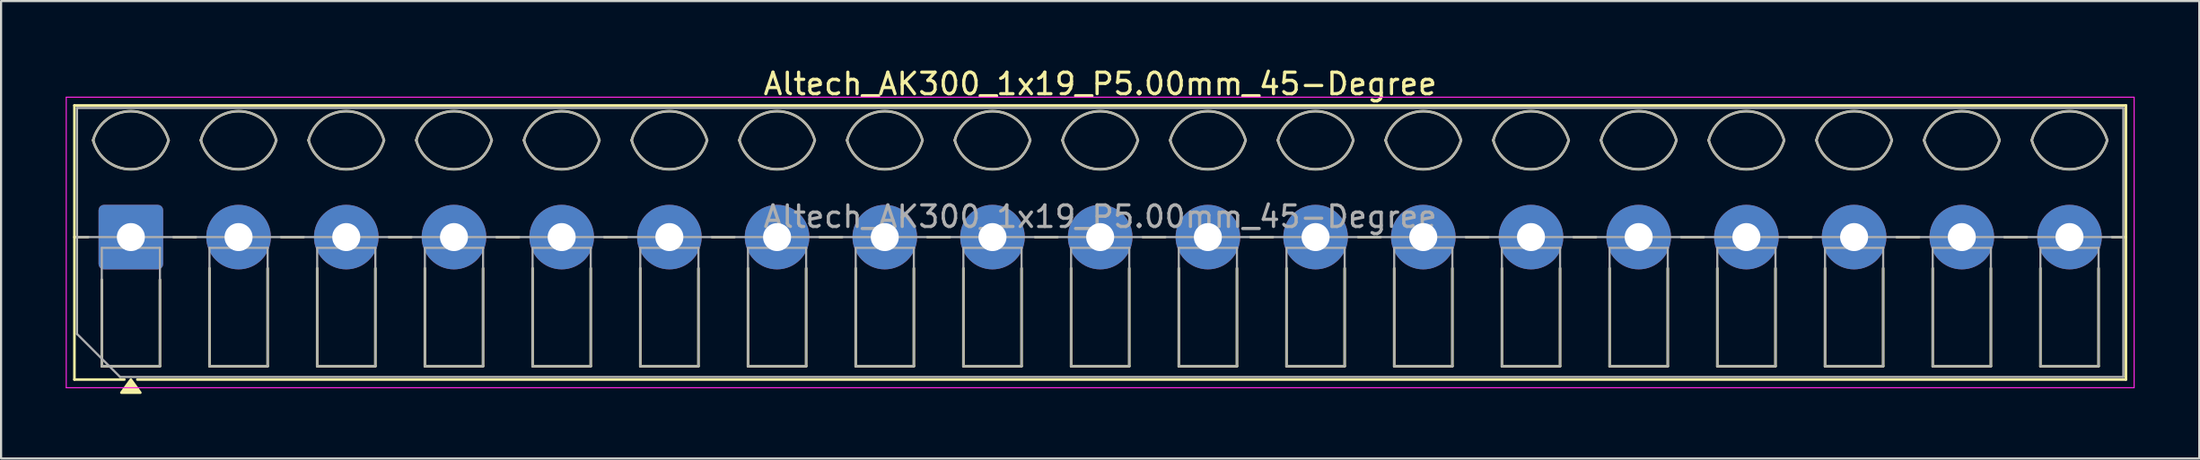
<source format=kicad_pcb>
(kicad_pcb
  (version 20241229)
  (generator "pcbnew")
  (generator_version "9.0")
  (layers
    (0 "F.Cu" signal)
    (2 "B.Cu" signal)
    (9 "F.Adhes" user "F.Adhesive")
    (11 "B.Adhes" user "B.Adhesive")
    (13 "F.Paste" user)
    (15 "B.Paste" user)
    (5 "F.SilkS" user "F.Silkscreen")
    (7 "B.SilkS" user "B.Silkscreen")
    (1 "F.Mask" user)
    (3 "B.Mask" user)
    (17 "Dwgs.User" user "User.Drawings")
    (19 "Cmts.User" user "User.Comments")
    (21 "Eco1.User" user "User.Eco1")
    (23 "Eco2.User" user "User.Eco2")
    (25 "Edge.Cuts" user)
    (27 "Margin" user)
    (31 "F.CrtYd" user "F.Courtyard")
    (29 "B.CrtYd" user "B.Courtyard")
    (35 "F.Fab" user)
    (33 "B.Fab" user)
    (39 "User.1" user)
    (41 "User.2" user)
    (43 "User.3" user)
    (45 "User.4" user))
  (footprint "Altech_AK300_1x19_P5.00mm_45-Degree"
    (layer "F.Cu")
    (at 3.025 7.968)
    (property "Reference" "Altech_AK300_1x19_P5.00mm_45-Degree" (at 45 -7.12 0) (layer "F.SilkS") (effects (font (size 1 1) (thickness 0.15))))
    (attr through_hole)
    (fp_line (start -2.62 -6.12) (end 92.62 -6.12) (stroke (width 0.12) (type solid)) (layer "F.SilkS"))
    (fp_line (start -2.62 0) (end -1.98 0) (stroke (width 0.12) (type solid)) (layer "F.SilkS"))
    (fp_line (start -2.62 6.62) (end -2.62 -6.12) (stroke (width 0.12) (type solid)) (layer "F.SilkS"))
    (fp_line (start -1.35 6) (end -1.35 1.98) (stroke (width 0.12) (type solid)) (layer "F.SilkS"))
    (fp_line (start -0.3 6.62) (end -2.62 6.62) (stroke (width 0.12) (type solid)) (layer "F.SilkS"))
    (fp_line (start 1.35 1.98) (end 1.35 6) (stroke (width 0.12) (type solid)) (layer "F.SilkS"))
    (fp_line (start 1.35 6) (end -1.35 6) (stroke (width 0.12) (type solid)) (layer "F.SilkS"))
    (fp_line (start 1.98 0) (end 3.02 0) (stroke (width 0.12) (type solid)) (layer "F.SilkS"))
    (fp_line (start 3.65 6) (end 3.65 1.448) (stroke (width 0.12) (type solid)) (layer "F.SilkS"))
    (fp_line (start 6.35 1.448) (end 6.35 6) (stroke (width 0.12) (type solid)) (layer "F.SilkS"))
    (fp_line (start 6.35 6) (end 3.65 6) (stroke (width 0.12) (type solid)) (layer "F.SilkS"))
    (fp_line (start 6.98 0) (end 8.02 0) (stroke (width 0.12) (type solid)) (layer "F.SilkS"))
    (fp_line (start 8.65 6) (end 8.65 1.448) (stroke (width 0.12) (type solid)) (layer "F.SilkS"))
    (fp_line (start 11.35 1.448) (end 11.35 6) (stroke (width 0.12) (type solid)) (layer "F.SilkS"))
    (fp_line (start 11.35 6) (end 8.65 6) (stroke (width 0.12) (type solid)) (layer "F.SilkS"))
    (fp_line (start 11.98 0) (end 13.02 0) (stroke (width 0.12) (type solid)) (layer "F.SilkS"))
    (fp_line (start 13.65 6) (end 13.65 1.448) (stroke (width 0.12) (type solid)) (layer "F.SilkS"))
    (fp_line (start 16.35 1.448) (end 16.35 6) (stroke (width 0.12) (type solid)) (layer "F.SilkS"))
    (fp_line (start 16.35 6) (end 13.65 6) (stroke (width 0.12) (type solid)) (layer "F.SilkS"))
    (fp_line (start 16.98 0) (end 18.02 0) (stroke (width 0.12) (type solid)) (layer "F.SilkS"))
    (fp_line (start 18.65 6) (end 18.65 1.448) (stroke (width 0.12) (type solid)) (layer "F.SilkS"))
    (fp_line (start 21.35 1.448) (end 21.35 6) (stroke (width 0.12) (type solid)) (layer "F.SilkS"))
    (fp_line (start 21.35 6) (end 18.65 6) (stroke (width 0.12) (type solid)) (layer "F.SilkS"))
    (fp_line (start 21.98 0) (end 23.02 0) (stroke (width 0.12) (type solid)) (layer "F.SilkS"))
    (fp_line (start 23.65 6) (end 23.65 1.448) (stroke (width 0.12) (type solid)) (layer "F.SilkS"))
    (fp_line (start 26.35 1.448) (end 26.35 6) (stroke (width 0.12) (type solid)) (layer "F.SilkS"))
    (fp_line (start 26.35 6) (end 23.65 6) (stroke (width 0.12) (type solid)) (layer "F.SilkS"))
    (fp_line (start 26.98 0) (end 28.02 0) (stroke (width 0.12) (type solid)) (layer "F.SilkS"))
    (fp_line (start 28.65 6) (end 28.65 1.448) (stroke (width 0.12) (type solid)) (layer "F.SilkS"))
    (fp_line (start 31.35 1.448) (end 31.35 6) (stroke (width 0.12) (type solid)) (layer "F.SilkS"))
    (fp_line (start 31.35 6) (end 28.65 6) (stroke (width 0.12) (type solid)) (layer "F.SilkS"))
    (fp_line (start 31.98 0) (end 33.02 0) (stroke (width 0.12) (type solid)) (layer "F.SilkS"))
    (fp_line (start 33.65 6) (end 33.65 1.448) (stroke (width 0.12) (type solid)) (layer "F.SilkS"))
    (fp_line (start 36.35 1.448) (end 36.35 6) (stroke (width 0.12) (type solid)) (layer "F.SilkS"))
    (fp_line (start 36.35 6) (end 33.65 6) (stroke (width 0.12) (type solid)) (layer "F.SilkS"))
    (fp_line (start 36.98 0) (end 38.02 0) (stroke (width 0.12) (type solid)) (layer "F.SilkS"))
    (fp_line (start 38.65 6) (end 38.65 1.448) (stroke (width 0.12) (type solid)) (layer "F.SilkS"))
    (fp_line (start 41.35 1.448) (end 41.35 6) (stroke (width 0.12) (type solid)) (layer "F.SilkS"))
    (fp_line (start 41.35 6) (end 38.65 6) (stroke (width 0.12) (type solid)) (layer "F.SilkS"))
    (fp_line (start 41.98 0) (end 43.02 0) (stroke (width 0.12) (type solid)) (layer "F.SilkS"))
    (fp_line (start 43.65 6) (end 43.65 1.448) (stroke (width 0.12) (type solid)) (layer "F.SilkS"))
    (fp_line (start 46.35 1.448) (end 46.35 6) (stroke (width 0.12) (type solid)) (layer "F.SilkS"))
    (fp_line (start 46.35 6) (end 43.65 6) (stroke (width 0.12) (type solid)) (layer "F.SilkS"))
    (fp_line (start 46.98 0) (end 48.02 0) (stroke (width 0.12) (type solid)) (layer "F.SilkS"))
    (fp_line (start 48.65 6) (end 48.65 1.448) (stroke (width 0.12) (type solid)) (layer "F.SilkS"))
    (fp_line (start 51.35 1.448) (end 51.35 6) (stroke (width 0.12) (type solid)) (layer "F.SilkS"))
    (fp_line (start 51.35 6) (end 48.65 6) (stroke (width 0.12) (type solid)) (layer "F.SilkS"))
    (fp_line (start 51.98 0) (end 53.02 0) (stroke (width 0.12) (type solid)) (layer "F.SilkS"))
    (fp_line (start 53.65 6) (end 53.65 1.448) (stroke (width 0.12) (type solid)) (layer "F.SilkS"))
    (fp_line (start 56.35 1.448) (end 56.35 6) (stroke (width 0.12) (type solid)) (layer "F.SilkS"))
    (fp_line (start 56.35 6) (end 53.65 6) (stroke (width 0.12) (type solid)) (layer "F.SilkS"))
    (fp_line (start 56.98 0) (end 58.02 0) (stroke (width 0.12) (type solid)) (layer "F.SilkS"))
    (fp_line (start 58.65 6) (end 58.65 1.448) (stroke (width 0.12) (type solid)) (layer "F.SilkS"))
    (fp_line (start 61.35 1.448) (end 61.35 6) (stroke (width 0.12) (type solid)) (layer "F.SilkS"))
    (fp_line (start 61.35 6) (end 58.65 6) (stroke (width 0.12) (type solid)) (layer "F.SilkS"))
    (fp_line (start 61.98 0) (end 63.02 0) (stroke (width 0.12) (type solid)) (layer "F.SilkS"))
    (fp_line (start 63.65 6) (end 63.65 1.448) (stroke (width 0.12) (type solid)) (layer "F.SilkS"))
    (fp_line (start 66.35 1.448) (end 66.35 6) (stroke (width 0.12) (type solid)) (layer "F.SilkS"))
    (fp_line (start 66.35 6) (end 63.65 6) (stroke (width 0.12) (type solid)) (layer "F.SilkS"))
    (fp_line (start 66.98 0) (end 68.02 0) (stroke (width 0.12) (type solid)) (layer "F.SilkS"))
    (fp_line (start 68.65 6) (end 68.65 1.448) (stroke (width 0.12) (type solid)) (layer "F.SilkS"))
    (fp_line (start 71.35 1.448) (end 71.35 6) (stroke (width 0.12) (type solid)) (layer "F.SilkS"))
    (fp_line (start 71.35 6) (end 68.65 6) (stroke (width 0.12) (type solid)) (layer "F.SilkS"))
    (fp_line (start 71.98 0) (end 73.02 0) (stroke (width 0.12) (type solid)) (layer "F.SilkS"))
    (fp_line (start 73.65 6) (end 73.65 1.448) (stroke (width 0.12) (type solid)) (layer "F.SilkS"))
    (fp_line (start 76.35 1.448) (end 76.35 6) (stroke (width 0.12) (type solid)) (layer "F.SilkS"))
    (fp_line (start 76.35 6) (end 73.65 6) (stroke (width 0.12) (type solid)) (layer "F.SilkS"))
    (fp_line (start 76.98 0) (end 78.02 0) (stroke (width 0.12) (type solid)) (layer "F.SilkS"))
    (fp_line (start 78.65 6) (end 78.65 1.448) (stroke (width 0.12) (type solid)) (layer "F.SilkS"))
    (fp_line (start 81.35 1.448) (end 81.35 6) (stroke (width 0.12) (type solid)) (layer "F.SilkS"))
    (fp_line (start 81.35 6) (end 78.65 6) (stroke (width 0.12) (type solid)) (layer "F.SilkS"))
    (fp_line (start 81.98 0) (end 83.02 0) (stroke (width 0.12) (type solid)) (layer "F.SilkS"))
    (fp_line (start 83.65 6) (end 83.65 1.448) (stroke (width 0.12) (type solid)) (layer "F.SilkS"))
    (fp_line (start 86.35 1.448) (end 86.35 6) (stroke (width 0.12) (type solid)) (layer "F.SilkS"))
    (fp_line (start 86.35 6) (end 83.65 6) (stroke (width 0.12) (type solid)) (layer "F.SilkS"))
    (fp_line (start 86.98 0) (end 88.02 0) (stroke (width 0.12) (type solid)) (layer "F.SilkS"))
    (fp_line (start 88.65 6) (end 88.65 1.448) (stroke (width 0.12) (type solid)) (layer "F.SilkS"))
    (fp_line (start 91.35 1.448) (end 91.35 6) (stroke (width 0.12) (type solid)) (layer "F.SilkS"))
    (fp_line (start 91.35 6) (end 88.65 6) (stroke (width 0.12) (type solid)) (layer "F.SilkS"))
    (fp_line (start 91.98 0) (end 92.62 0) (stroke (width 0.12) (type solid)) (layer "F.SilkS"))
    (fp_line (start 92.62 -6.12) (end 92.62 6.62) (stroke (width 0.12) (type solid)) (layer "F.SilkS"))
    (fp_line (start 92.62 6.62) (end 0.3 6.62) (stroke (width 0.12) (type solid)) (layer "F.SilkS"))
    (fp_arc (start -1.75 -4.5) (mid 0 -5.85) (end 1.75 -4.5) (stroke (width 0.12) (type solid)) (layer "F.SilkS"))
    (fp_arc (start 1.75 -4.5) (mid 0 -3.15) (end -1.75 -4.5) (stroke (width 0.12) (type solid)) (layer "F.SilkS"))
    (fp_arc (start 3.25 -4.5) (mid 5 -5.85) (end 6.75 -4.5) (stroke (width 0.12) (type solid)) (layer "F.SilkS"))
    (fp_arc (start 6.75 -4.5) (mid 5 -3.15) (end 3.25 -4.5) (stroke (width 0.12) (type solid)) (layer "F.SilkS"))
    (fp_arc (start 8.25 -4.5) (mid 10 -5.85) (end 11.75 -4.5) (stroke (width 0.12) (type solid)) (layer "F.SilkS"))
    (fp_arc (start 11.75 -4.5) (mid 10 -3.15) (end 8.25 -4.5) (stroke (width 0.12) (type solid)) (layer "F.SilkS"))
    (fp_arc (start 13.25 -4.5) (mid 15 -5.85) (end 16.75 -4.5) (stroke (width 0.12) (type solid)) (layer "F.SilkS"))
    (fp_arc (start 16.75 -4.5) (mid 15 -3.15) (end 13.25 -4.5) (stroke (width 0.12) (type solid)) (layer "F.SilkS"))
    (fp_arc (start 18.25 -4.5) (mid 20 -5.85) (end 21.75 -4.5) (stroke (width 0.12) (type solid)) (layer "F.SilkS"))
    (fp_arc (start 21.75 -4.5) (mid 20 -3.15) (end 18.25 -4.5) (stroke (width 0.12) (type solid)) (layer "F.SilkS"))
    (fp_arc (start 23.25 -4.5) (mid 25 -5.85) (end 26.75 -4.5) (stroke (width 0.12) (type solid)) (layer "F.SilkS"))
    (fp_arc (start 26.75 -4.5) (mid 25 -3.15) (end 23.25 -4.5) (stroke (width 0.12) (type solid)) (layer "F.SilkS"))
    (fp_arc (start 28.25 -4.5) (mid 30 -5.85) (end 31.75 -4.5) (stroke (width 0.12) (type solid)) (layer "F.SilkS"))
    (fp_arc (start 31.75 -4.5) (mid 30 -3.15) (end 28.25 -4.5) (stroke (width 0.12) (type solid)) (layer "F.SilkS"))
    (fp_arc (start 33.25 -4.5) (mid 35 -5.85) (end 36.75 -4.5) (stroke (width 0.12) (type solid)) (layer "F.SilkS"))
    (fp_arc (start 36.75 -4.5) (mid 35 -3.15) (end 33.25 -4.5) (stroke (width 0.12) (type solid)) (layer "F.SilkS"))
    (fp_arc (start 38.25 -4.5) (mid 40 -5.85) (end 41.75 -4.5) (stroke (width 0.12) (type solid)) (layer "F.SilkS"))
    (fp_arc (start 41.75 -4.5) (mid 40 -3.15) (end 38.25 -4.5) (stroke (width 0.12) (type solid)) (layer "F.SilkS"))
    (fp_arc (start 43.25 -4.5) (mid 45 -5.85) (end 46.75 -4.5) (stroke (width 0.12) (type solid)) (layer "F.SilkS"))
    (fp_arc (start 46.75 -4.5) (mid 45 -3.15) (end 43.25 -4.5) (stroke (width 0.12) (type solid)) (layer "F.SilkS"))
    (fp_arc (start 48.25 -4.5) (mid 50 -5.85) (end 51.75 -4.5) (stroke (width 0.12) (type solid)) (layer "F.SilkS"))
    (fp_arc (start 51.75 -4.5) (mid 50 -3.15) (end 48.25 -4.5) (stroke (width 0.12) (type solid)) (layer "F.SilkS"))
    (fp_arc (start 53.25 -4.5) (mid 55 -5.85) (end 56.75 -4.5) (stroke (width 0.12) (type solid)) (layer "F.SilkS"))
    (fp_arc (start 56.75 -4.5) (mid 55 -3.15) (end 53.25 -4.5) (stroke (width 0.12) (type solid)) (layer "F.SilkS"))
    (fp_arc (start 58.25 -4.5) (mid 60 -5.85) (end 61.75 -4.5) (stroke (width 0.12) (type solid)) (layer "F.SilkS"))
    (fp_arc (start 61.75 -4.5) (mid 60 -3.15) (end 58.25 -4.5) (stroke (width 0.12) (type solid)) (layer "F.SilkS"))
    (fp_arc (start 63.25 -4.5) (mid 65 -5.85) (end 66.75 -4.5) (stroke (width 0.12) (type solid)) (layer "F.SilkS"))
    (fp_arc (start 66.75 -4.5) (mid 65 -3.15) (end 63.25 -4.5) (stroke (width 0.12) (type solid)) (layer "F.SilkS"))
    (fp_arc (start 68.25 -4.5) (mid 70 -5.85) (end 71.75 -4.5) (stroke (width 0.12) (type solid)) (layer "F.SilkS"))
    (fp_arc (start 71.75 -4.5) (mid 70 -3.15) (end 68.25 -4.5) (stroke (width 0.12) (type solid)) (layer "F.SilkS"))
    (fp_arc (start 73.25 -4.5) (mid 75 -5.85) (end 76.75 -4.5) (stroke (width 0.12) (type solid)) (layer "F.SilkS"))
    (fp_arc (start 76.75 -4.5) (mid 75 -3.15) (end 73.25 -4.5) (stroke (width 0.12) (type solid)) (layer "F.SilkS"))
    (fp_arc (start 78.25 -4.5) (mid 80 -5.85) (end 81.75 -4.5) (stroke (width 0.12) (type solid)) (layer "F.SilkS"))
    (fp_arc (start 81.75 -4.5) (mid 80 -3.15) (end 78.25 -4.5) (stroke (width 0.12) (type solid)) (layer "F.SilkS"))
    (fp_arc (start 83.25 -4.5) (mid 85 -5.85) (end 86.75 -4.5) (stroke (width 0.12) (type solid)) (layer "F.SilkS"))
    (fp_arc (start 86.75 -4.5) (mid 85 -3.15) (end 83.25 -4.5) (stroke (width 0.12) (type solid)) (layer "F.SilkS"))
    (fp_arc (start 88.25 -4.5) (mid 90 -5.85) (end 91.75 -4.5) (stroke (width 0.12) (type solid)) (layer "F.SilkS"))
    (fp_arc (start 91.75 -4.5) (mid 90 -3.15) (end 88.25 -4.5) (stroke (width 0.12) (type solid)) (layer "F.SilkS"))
    (fp_poly (pts (xy 0 6.62) (xy 0.44 7.23) (xy -0.44 7.23)) (stroke (width 0.12) (type solid)) (fill yes) (layer "F.SilkS"))
    (fp_line (start -3 -6.5) (end -3 7) (stroke (width 0.05) (type solid)) (layer "F.CrtYd"))
    (fp_line (start -3 7) (end 93 7) (stroke (width 0.05) (type solid)) (layer "F.CrtYd"))
    (fp_line (start 93 -6.5) (end -3 -6.5) (stroke (width 0.05) (type solid)) (layer "F.CrtYd"))
    (fp_line (start 93 7) (end 93 -6.5) (stroke (width 0.05) (type solid)) (layer "F.CrtYd"))
    (fp_line (start -2.5 -6) (end 92.5 -6) (stroke (width 0.1) (type solid)) (layer "F.Fab"))
    (fp_line (start -2.5 0) (end 92.5 0) (stroke (width 0.1) (type solid)) (layer "F.Fab"))
    (fp_line (start -2.5 4.5) (end -2.5 -6) (stroke (width 0.1) (type solid)) (layer "F.Fab"))
    (fp_line (start -1.35 0.5) (end -1.35 6) (stroke (width 0.1) (type solid)) (layer "F.Fab"))
    (fp_line (start -1.35 6) (end 1.35 6) (stroke (width 0.1) (type solid)) (layer "F.Fab"))
    (fp_line (start -0.5 6.5) (end -2.5 4.5) (stroke (width 0.1) (type solid)) (layer "F.Fab"))
    (fp_line (start 1.35 0.5) (end -1.35 0.5) (stroke (width 0.1) (type solid)) (layer "F.Fab"))
    (fp_line (start 1.35 6) (end 1.35 0.5) (stroke (width 0.1) (type solid)) (layer "F.Fab"))
    (fp_line (start 3.65 0.5) (end 3.65 6) (stroke (width 0.1) (type solid)) (layer "F.Fab"))
    (fp_line (start 3.65 6) (end 6.35 6) (stroke (width 0.1) (type solid)) (layer "F.Fab"))
    (fp_line (start 6.35 0.5) (end 3.65 0.5) (stroke (width 0.1) (type solid)) (layer "F.Fab"))
    (fp_line (start 6.35 6) (end 6.35 0.5) (stroke (width 0.1) (type solid)) (layer "F.Fab"))
    (fp_line (start 8.65 0.5) (end 8.65 6) (stroke (width 0.1) (type solid)) (layer "F.Fab"))
    (fp_line (start 8.65 6) (end 11.351 6) (stroke (width 0.1) (type solid)) (layer "F.Fab"))
    (fp_line (start 11.351 0.5) (end 8.65 0.5) (stroke (width 0.1) (type solid)) (layer "F.Fab"))
    (fp_line (start 11.351 6) (end 11.351 0.5) (stroke (width 0.1) (type solid)) (layer "F.Fab"))
    (fp_line (start 13.65 0.5) (end 13.65 6) (stroke (width 0.1) (type solid)) (layer "F.Fab"))
    (fp_line (start 13.65 6) (end 16.351 6) (stroke (width 0.1) (type solid)) (layer "F.Fab"))
    (fp_line (start 16.351 0.5) (end 13.65 0.5) (stroke (width 0.1) (type solid)) (layer "F.Fab"))
    (fp_line (start 16.351 6) (end 16.351 0.5) (stroke (width 0.1) (type solid)) (layer "F.Fab"))
    (fp_line (start 18.65 0.5) (end 18.65 6) (stroke (width 0.1) (type solid)) (layer "F.Fab"))
    (fp_line (start 18.65 6) (end 21.35 6) (stroke (width 0.1) (type solid)) (layer "F.Fab"))
    (fp_line (start 21.35 0.5) (end 18.65 0.5) (stroke (width 0.1) (type solid)) (layer "F.Fab"))
    (fp_line (start 21.35 6) (end 21.35 0.5) (stroke (width 0.1) (type solid)) (layer "F.Fab"))
    (fp_line (start 23.65 0.5) (end 23.65 6) (stroke (width 0.1) (type solid)) (layer "F.Fab"))
    (fp_line (start 23.65 6) (end 26.35 6) (stroke (width 0.1) (type solid)) (layer "F.Fab"))
    (fp_line (start 26.35 0.5) (end 23.65 0.5) (stroke (width 0.1) (type solid)) (layer "F.Fab"))
    (fp_line (start 26.35 6) (end 26.35 0.5) (stroke (width 0.1) (type solid)) (layer "F.Fab"))
    (fp_line (start 28.65 0.5) (end 28.65 6) (stroke (width 0.1) (type solid)) (layer "F.Fab"))
    (fp_line (start 28.65 6) (end 31.35 6) (stroke (width 0.1) (type solid)) (layer "F.Fab"))
    (fp_line (start 31.35 0.5) (end 28.65 0.5) (stroke (width 0.1) (type solid)) (layer "F.Fab"))
    (fp_line (start 31.35 6) (end 31.35 0.5) (stroke (width 0.1) (type solid)) (layer "F.Fab"))
    (fp_line (start 33.65 0.5) (end 33.65 6) (stroke (width 0.1) (type solid)) (layer "F.Fab"))
    (fp_line (start 33.65 6) (end 36.35 6) (stroke (width 0.1) (type solid)) (layer "F.Fab"))
    (fp_line (start 36.35 0.5) (end 33.65 0.5) (stroke (width 0.1) (type solid)) (layer "F.Fab"))
    (fp_line (start 36.35 6) (end 36.35 0.5) (stroke (width 0.1) (type solid)) (layer "F.Fab"))
    (fp_line (start 38.65 0.5) (end 38.65 6) (stroke (width 0.1) (type solid)) (layer "F.Fab"))
    (fp_line (start 38.65 6) (end 41.35 6) (stroke (width 0.1) (type solid)) (layer "F.Fab"))
    (fp_line (start 41.35 0.5) (end 38.65 0.5) (stroke (width 0.1) (type solid)) (layer "F.Fab"))
    (fp_line (start 41.35 6) (end 41.35 0.5) (stroke (width 0.1) (type solid)) (layer "F.Fab"))
    (fp_line (start 43.65 0.5) (end 43.65 6) (stroke (width 0.1) (type solid)) (layer "F.Fab"))
    (fp_line (start 43.65 6) (end 46.35 6) (stroke (width 0.1) (type solid)) (layer "F.Fab"))
    (fp_line (start 46.35 0.5) (end 43.65 0.5) (stroke (width 0.1) (type solid)) (layer "F.Fab"))
    (fp_line (start 46.35 6) (end 46.35 0.5) (stroke (width 0.1) (type solid)) (layer "F.Fab"))
    (fp_line (start 48.65 0.5) (end 48.65 6) (stroke (width 0.1) (type solid)) (layer "F.Fab"))
    (fp_line (start 48.65 6) (end 51.35 6) (stroke (width 0.1) (type solid)) (layer "F.Fab"))
    (fp_line (start 51.35 0.5) (end 48.65 0.5) (stroke (width 0.1) (type solid)) (layer "F.Fab"))
    (fp_line (start 51.35 6) (end 51.35 0.5) (stroke (width 0.1) (type solid)) (layer "F.Fab"))
    (fp_line (start 53.65 0.5) (end 53.65 6) (stroke (width 0.1) (type solid)) (layer "F.Fab"))
    (fp_line (start 53.65 6) (end 56.35 6) (stroke (width 0.1) (type solid)) (layer "F.Fab"))
    (fp_line (start 56.35 0.5) (end 53.65 0.5) (stroke (width 0.1) (type solid)) (layer "F.Fab"))
    (fp_line (start 56.35 6) (end 56.35 0.5) (stroke (width 0.1) (type solid)) (layer "F.Fab"))
    (fp_line (start 58.65 0.5) (end 58.65 6) (stroke (width 0.1) (type solid)) (layer "F.Fab"))
    (fp_line (start 58.65 6) (end 61.35 6) (stroke (width 0.1) (type solid)) (layer "F.Fab"))
    (fp_line (start 61.35 0.5) (end 58.65 0.5) (stroke (width 0.1) (type solid)) (layer "F.Fab"))
    (fp_line (start 61.35 6) (end 61.35 0.5) (stroke (width 0.1) (type solid)) (layer "F.Fab"))
    (fp_line (start 63.65 0.5) (end 63.65 6) (stroke (width 0.1) (type solid)) (layer "F.Fab"))
    (fp_line (start 63.65 6) (end 66.35 6) (stroke (width 0.1) (type solid)) (layer "F.Fab"))
    (fp_line (start 66.35 0.5) (end 63.65 0.5) (stroke (width 0.1) (type solid)) (layer "F.Fab"))
    (fp_line (start 66.35 6) (end 66.35 0.5) (stroke (width 0.1) (type solid)) (layer "F.Fab"))
    (fp_line (start 68.65 0.5) (end 68.65 6) (stroke (width 0.1) (type solid)) (layer "F.Fab"))
    (fp_line (start 68.65 6) (end 71.35 6) (stroke (width 0.1) (type solid)) (layer "F.Fab"))
    (fp_line (start 71.35 0.5) (end 68.65 0.5) (stroke (width 0.1) (type solid)) (layer "F.Fab"))
    (fp_line (start 71.35 6) (end 71.35 0.5) (stroke (width 0.1) (type solid)) (layer "F.Fab"))
    (fp_line (start 73.65 0.5) (end 73.65 6) (stroke (width 0.1) (type solid)) (layer "F.Fab"))
    (fp_line (start 73.65 6) (end 76.35 6) (stroke (width 0.1) (type solid)) (layer "F.Fab"))
    (fp_line (start 76.35 0.5) (end 73.65 0.5) (stroke (width 0.1) (type solid)) (layer "F.Fab"))
    (fp_line (start 76.35 6) (end 76.35 0.5) (stroke (width 0.1) (type solid)) (layer "F.Fab"))
    (fp_line (start 78.65 0.5) (end 78.65 6) (stroke (width 0.1) (type solid)) (layer "F.Fab"))
    (fp_line (start 78.65 6) (end 81.35 6) (stroke (width 0.1) (type solid)) (layer "F.Fab"))
    (fp_line (start 81.35 0.5) (end 78.65 0.5) (stroke (width 0.1) (type solid)) (layer "F.Fab"))
    (fp_line (start 81.35 6) (end 81.35 0.5) (stroke (width 0.1) (type solid)) (layer "F.Fab"))
    (fp_line (start 83.65 0.5) (end 83.65 6) (stroke (width 0.1) (type solid)) (layer "F.Fab"))
    (fp_line (start 83.65 6) (end 86.35 6) (stroke (width 0.1) (type solid)) (layer "F.Fab"))
    (fp_line (start 86.35 0.5) (end 83.65 0.5) (stroke (width 0.1) (type solid)) (layer "F.Fab"))
    (fp_line (start 86.35 6) (end 86.35 0.5) (stroke (width 0.1) (type solid)) (layer "F.Fab"))
    (fp_line (start 88.65 0.5) (end 88.65 6) (stroke (width 0.1) (type solid)) (layer "F.Fab"))
    (fp_line (start 88.65 6) (end 91.35 6) (stroke (width 0.1) (type solid)) (layer "F.Fab"))
    (fp_line (start 91.35 0.5) (end 88.65 0.5) (stroke (width 0.1) (type solid)) (layer "F.Fab"))
    (fp_line (start 91.35 6) (end 91.35 0.5) (stroke (width 0.1) (type solid)) (layer "F.Fab"))
    (fp_line (start 92.5 -6) (end 92.5 6.5) (stroke (width 0.1) (type solid)) (layer "F.Fab"))
    (fp_line (start 92.5 6.5) (end -0.5 6.5) (stroke (width 0.1) (type solid)) (layer "F.Fab"))
    (fp_arc (start -1.75 -4.5) (mid 0 -5.85) (end 1.75 -4.5) (stroke (width 0.1) (type solid)) (layer "F.Fab"))
    (fp_arc (start 1.75 -4.5) (mid 0 -3.15) (end -1.75 -4.5) (stroke (width 0.1) (type solid)) (layer "F.Fab"))
    (fp_arc (start 3.25 -4.5) (mid 5 -5.85) (end 6.75 -4.5) (stroke (width 0.1) (type solid)) (layer "F.Fab"))
    (fp_arc (start 6.75 -4.5) (mid 5 -3.15) (end 3.25 -4.5) (stroke (width 0.1) (type solid)) (layer "F.Fab"))
    (fp_arc (start 8.25 -4.5) (mid 10 -5.85) (end 11.75 -4.5) (stroke (width 0.1) (type solid)) (layer "F.Fab"))
    (fp_arc (start 11.75 -4.5) (mid 10 -3.15) (end 8.25 -4.5) (stroke (width 0.1) (type solid)) (layer "F.Fab"))
    (fp_arc (start 13.25 -4.5) (mid 15 -5.85) (end 16.75 -4.5) (stroke (width 0.1) (type solid)) (layer "F.Fab"))
    (fp_arc (start 16.75 -4.5) (mid 15 -3.15) (end 13.25 -4.5) (stroke (width 0.1) (type solid)) (layer "F.Fab"))
    (fp_arc (start 18.25 -4.5) (mid 20 -5.85) (end 21.75 -4.5) (stroke (width 0.1) (type solid)) (layer "F.Fab"))
    (fp_arc (start 21.75 -4.5) (mid 20 -3.15) (end 18.25 -4.5) (stroke (width 0.1) (type solid)) (layer "F.Fab"))
    (fp_arc (start 23.25 -4.5) (mid 25 -5.85) (end 26.75 -4.5) (stroke (width 0.1) (type solid)) (layer "F.Fab"))
    (fp_arc (start 26.75 -4.5) (mid 25 -3.15) (end 23.25 -4.5) (stroke (width 0.1) (type solid)) (layer "F.Fab"))
    (fp_arc (start 28.25 -4.5) (mid 30 -5.85) (end 31.75 -4.5) (stroke (width 0.1) (type solid)) (layer "F.Fab"))
    (fp_arc (start 31.75 -4.5) (mid 30 -3.15) (end 28.25 -4.5) (stroke (width 0.1) (type solid)) (layer "F.Fab"))
    (fp_arc (start 33.25 -4.5) (mid 35 -5.85) (end 36.75 -4.5) (stroke (width 0.1) (type solid)) (layer "F.Fab"))
    (fp_arc (start 36.75 -4.5) (mid 35 -3.15) (end 33.25 -4.5) (stroke (width 0.1) (type solid)) (layer "F.Fab"))
    (fp_arc (start 38.25 -4.5) (mid 40 -5.85) (end 41.75 -4.5) (stroke (width 0.1) (type solid)) (layer "F.Fab"))
    (fp_arc (start 41.75 -4.5) (mid 40 -3.15) (end 38.25 -4.5) (stroke (width 0.1) (type solid)) (layer "F.Fab"))
    (fp_arc (start 43.25 -4.5) (mid 45 -5.85) (end 46.75 -4.5) (stroke (width 0.1) (type solid)) (layer "F.Fab"))
    (fp_arc (start 46.75 -4.5) (mid 45 -3.15) (end 43.25 -4.5) (stroke (width 0.1) (type solid)) (layer "F.Fab"))
    (fp_arc (start 48.25 -4.5) (mid 50 -5.85) (end 51.75 -4.5) (stroke (width 0.1) (type solid)) (layer "F.Fab"))
    (fp_arc (start 51.75 -4.5) (mid 50 -3.15) (end 48.25 -4.5) (stroke (width 0.1) (type solid)) (layer "F.Fab"))
    (fp_arc (start 53.25 -4.5) (mid 55 -5.85) (end 56.75 -4.5) (stroke (width 0.1) (type solid)) (layer "F.Fab"))
    (fp_arc (start 56.75 -4.5) (mid 55 -3.15) (end 53.25 -4.5) (stroke (width 0.1) (type solid)) (layer "F.Fab"))
    (fp_arc (start 58.25 -4.5) (mid 60 -5.85) (end 61.75 -4.5) (stroke (width 0.1) (type solid)) (layer "F.Fab"))
    (fp_arc (start 61.75 -4.5) (mid 60 -3.15) (end 58.25 -4.5) (stroke (width 0.1) (type solid)) (layer "F.Fab"))
    (fp_arc (start 63.25 -4.5) (mid 65 -5.85) (end 66.75 -4.5) (stroke (width 0.1) (type solid)) (layer "F.Fab"))
    (fp_arc (start 66.75 -4.5) (mid 65 -3.15) (end 63.25 -4.5) (stroke (width 0.1) (type solid)) (layer "F.Fab"))
    (fp_arc (start 68.25 -4.5) (mid 70 -5.85) (end 71.75 -4.5) (stroke (width 0.1) (type solid)) (layer "F.Fab"))
    (fp_arc (start 71.75 -4.5) (mid 70 -3.15) (end 68.25 -4.5) (stroke (width 0.1) (type solid)) (layer "F.Fab"))
    (fp_arc (start 73.25 -4.5) (mid 75 -5.85) (end 76.75 -4.5) (stroke (width 0.1) (type solid)) (layer "F.Fab"))
    (fp_arc (start 76.75 -4.5) (mid 75 -3.15) (end 73.25 -4.5) (stroke (width 0.1) (type solid)) (layer "F.Fab"))
    (fp_arc (start 78.25 -4.5) (mid 80 -5.85) (end 81.75 -4.5) (stroke (width 0.1) (type solid)) (layer "F.Fab"))
    (fp_arc (start 81.75 -4.5) (mid 80 -3.15) (end 78.25 -4.5) (stroke (width 0.1) (type solid)) (layer "F.Fab"))
    (fp_arc (start 83.25 -4.5) (mid 85 -5.85) (end 86.75 -4.5) (stroke (width 0.1) (type solid)) (layer "F.Fab"))
    (fp_arc (start 86.75 -4.5) (mid 85 -3.15) (end 83.25 -4.5) (stroke (width 0.1) (type solid)) (layer "F.Fab"))
    (fp_arc (start 88.25 -4.5) (mid 90 -5.85) (end 91.75 -4.5) (stroke (width 0.1) (type solid)) (layer "F.Fab"))
    (fp_arc (start 91.75 -4.5) (mid 90 -3.15) (end 88.25 -4.5) (stroke (width 0.1) (type solid)) (layer "F.Fab"))
    (fp_text user "${REFERENCE}" (at 45 -0.95 0) (layer "F.Fab") (effects (font (size 1 1) (thickness 0.15))))
    (pad "1" thru_hole roundrect (at 0 0) (size 3 3) (drill 1.3) (layers "*.Cu" "*.Mask") (roundrect_rratio 0.083))
    (pad "2" thru_hole circle (at 5 0) (size 3 3) (drill 1.3) (layers "*.Cu" "*.Mask"))
    (pad "3" thru_hole circle (at 10 0) (size 3 3) (drill 1.3) (layers "*.Cu" "*.Mask"))
    (pad "4" thru_hole circle (at 15 0) (size 3 3) (drill 1.3) (layers "*.Cu" "*.Mask"))
    (pad "5" thru_hole circle (at 20 0) (size 3 3) (drill 1.3) (layers "*.Cu" "*.Mask"))
    (pad "6" thru_hole circle (at 25 0) (size 3 3) (drill 1.3) (layers "*.Cu" "*.Mask"))
    (pad "7" thru_hole circle (at 30 0) (size 3 3) (drill 1.3) (layers "*.Cu" "*.Mask"))
    (pad "8" thru_hole circle (at 35 0) (size 3 3) (drill 1.3) (layers "*.Cu" "*.Mask"))
    (pad "9" thru_hole circle (at 40 0) (size 3 3) (drill 1.3) (layers "*.Cu" "*.Mask"))
    (pad "10" thru_hole circle (at 45 0) (size 3 3) (drill 1.3) (layers "*.Cu" "*.Mask"))
    (pad "11" thru_hole circle (at 50 0) (size 3 3) (drill 1.3) (layers "*.Cu" "*.Mask"))
    (pad "12" thru_hole circle (at 55 0) (size 3 3) (drill 1.3) (layers "*.Cu" "*.Mask"))
    (pad "13" thru_hole circle (at 60 0) (size 3 3) (drill 1.3) (layers "*.Cu" "*.Mask"))
    (pad "14" thru_hole circle (at 65 0) (size 3 3) (drill 1.3) (layers "*.Cu" "*.Mask"))
    (pad "15" thru_hole circle (at 70 0) (size 3 3) (drill 1.3) (layers "*.Cu" "*.Mask"))
    (pad "16" thru_hole circle (at 75 0) (size 3 3) (drill 1.3) (layers "*.Cu" "*.Mask"))
    (pad "17" thru_hole circle (at 80 0) (size 3 3) (drill 1.3) (layers "*.Cu" "*.Mask"))
    (pad "18" thru_hole circle (at 85 0) (size 3 3) (drill 1.3) (layers "*.Cu" "*.Mask"))
    (pad "19" thru_hole circle (at 90 0) (size 3 3) (drill 1.3) (layers "*.Cu" "*.Mask")))
  (gr_rect
    (start -3 -3)
    (end 99.05 18.258)
    (stroke (width 0.1) (type default))
    (fill no)
    (layer "Edge.Cuts")))
</source>
